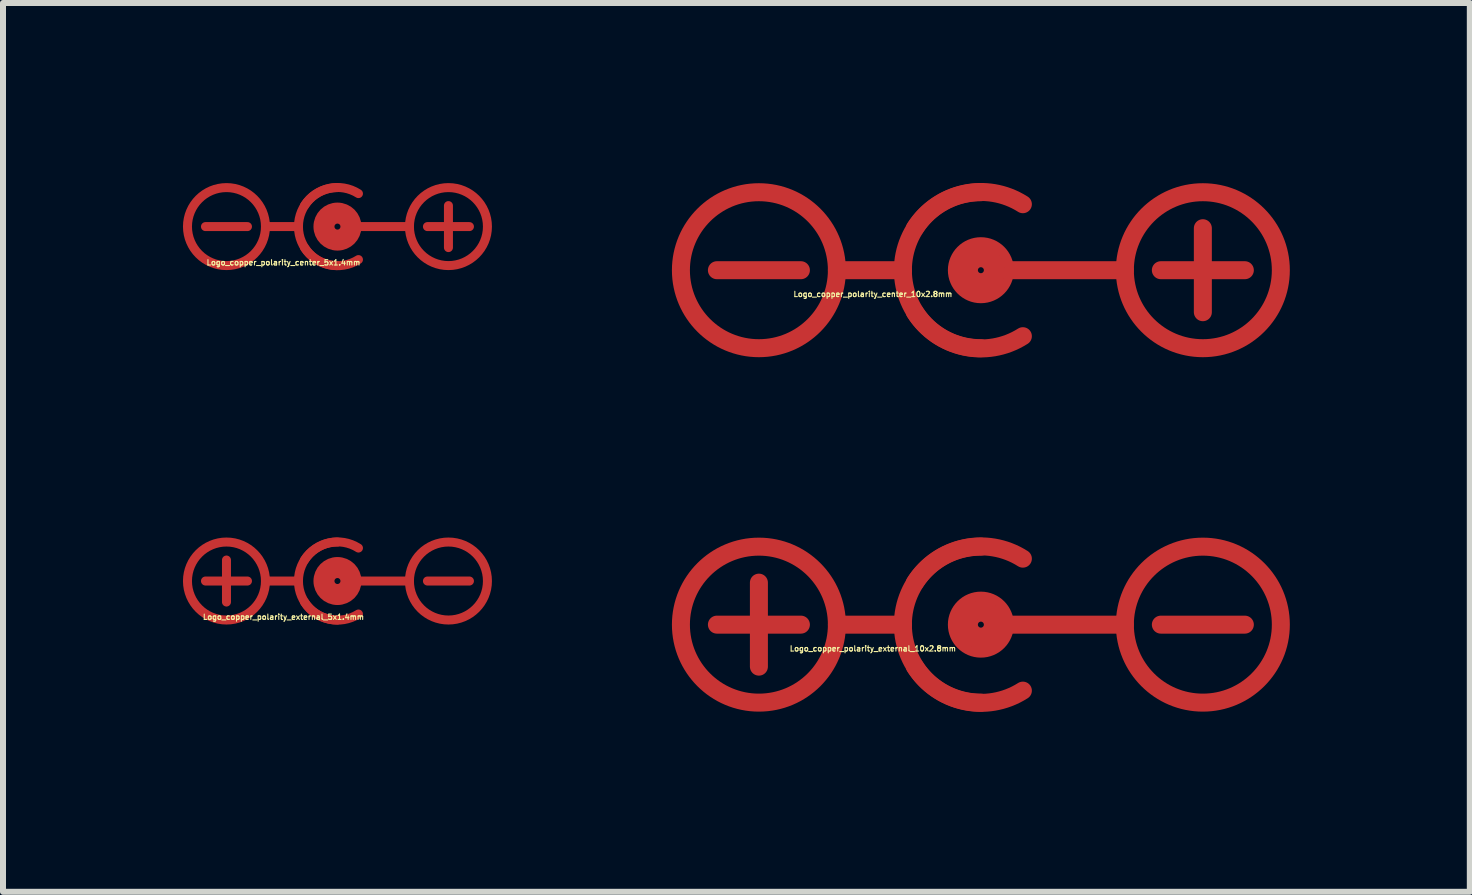
<source format=kicad_pcb>
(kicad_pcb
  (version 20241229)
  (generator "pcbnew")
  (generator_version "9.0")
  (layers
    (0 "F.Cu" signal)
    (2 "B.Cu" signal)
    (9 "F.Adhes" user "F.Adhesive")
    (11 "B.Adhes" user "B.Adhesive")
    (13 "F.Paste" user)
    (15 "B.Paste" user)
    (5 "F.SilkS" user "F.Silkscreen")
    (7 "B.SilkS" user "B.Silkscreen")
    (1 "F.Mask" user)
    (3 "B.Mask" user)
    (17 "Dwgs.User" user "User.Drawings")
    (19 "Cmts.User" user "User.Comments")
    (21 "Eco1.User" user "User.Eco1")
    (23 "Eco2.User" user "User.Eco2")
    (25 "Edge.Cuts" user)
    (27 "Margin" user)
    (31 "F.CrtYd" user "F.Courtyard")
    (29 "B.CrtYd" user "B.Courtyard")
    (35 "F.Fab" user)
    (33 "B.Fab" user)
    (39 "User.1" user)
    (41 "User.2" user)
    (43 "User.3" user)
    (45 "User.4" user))
  (footprint "Logo_copper_polarity_external_5x1.4mm"
    (layer "F.Cu")
    (at 2.575 6.635)
    (property "Reference" "Logo_copper_polarity_external_5x1.4mm" (at -0.9 0.6 0) (layer "F.SilkS") (effects (font (size 0.089 0.089) (thickness 0.018))))
    (attr through_hole)
    (fp_line (start -2.2 0) (end -1.5 0) (stroke (width 0.15) (type solid)) (layer "F.Cu"))
    (fp_line (start -1.85 0.35) (end -1.85 -0.35) (stroke (width 0.15) (type solid)) (layer "F.Cu"))
    (fp_line (start -0.65 0) (end -1.2 0) (stroke (width 0.15) (type solid)) (layer "F.Cu"))
    (fp_line (start 1.2 0) (end 0.3 0) (stroke (width 0.15) (type solid)) (layer "F.Cu"))
    (fp_line (start 1.5 0) (end 2.2 0) (stroke (width 0.15) (type solid)) (layer "F.Cu"))
    (fp_arc (start -0.65 0) (mid -0.459619 -0.459619) (end 0 -0.65) (stroke (width 0.15) (type solid)) (layer "F.Cu"))
    (fp_arc (start -0.55 -0.35) (mid -0.141421 -0.636396) (end 0.35 -0.55) (stroke (width 0.15) (type solid)) (layer "F.Cu"))
    (fp_arc (start 0 0.65) (mid -0.459619 0.459619) (end -0.65 0) (stroke (width 0.15) (type solid)) (layer "F.Cu"))
    (fp_arc (start 0.35 0.55) (mid -0.141421 0.636396) (end -0.55 0.35) (stroke (width 0.15) (type solid)) (layer "F.Cu"))
    (fp_circle (center -1.85 0) (end -1.2 0) (stroke (width 0.15) (type solid)) (fill no) (layer "F.Cu"))
    (fp_circle (center 0 0) (end -0.2 0) (stroke (width 0.3) (type solid)) (fill no) (layer "F.Cu"))
    (fp_circle (center 0 0) (end -0.1 0) (stroke (width 0.3) (type solid)) (fill no) (layer "F.Cu"))
    (fp_circle (center 1.85 0) (end 2.5 0) (stroke (width 0.15) (type solid)) (fill no) (layer "F.Cu")))
  (footprint "Logo_copper_polarity_center_10x2.8mm"
    (layer "F.Cu")
    (at 13.3 1.454)
    (property "Reference" "Logo_copper_polarity_center_10x2.8mm" (at -1.8 0.4 0) (layer "F.SilkS") (effects (font (size 0.089 0.089) (thickness 0.018))))
    (attr through_hole)
    (fp_line (start -4.4 0) (end -3 0) (stroke (width 0.3) (type solid)) (layer "F.Cu"))
    (fp_line (start -1.3 0) (end -2.4 0) (stroke (width 0.3) (type solid)) (layer "F.Cu"))
    (fp_line (start 2.4 0) (end 0.3 0) (stroke (width 0.3) (type solid)) (layer "F.Cu"))
    (fp_line (start 3 0) (end 4.4 0) (stroke (width 0.3) (type solid)) (layer "F.Cu"))
    (fp_line (start 3.7 0.7) (end 3.7 -0.7) (stroke (width 0.3) (type solid)) (layer "F.Cu"))
    (fp_arc (start -1.3 0) (mid -0.919239 -0.919239) (end 0 -1.3) (stroke (width 0.3) (type solid)) (layer "F.Cu"))
    (fp_arc (start -1.1 -0.7) (mid -0.282843 -1.272792) (end 0.7 -1.1) (stroke (width 0.3) (type solid)) (layer "F.Cu"))
    (fp_arc (start 0 1.3) (mid -0.919239 0.919239) (end -1.3 0) (stroke (width 0.3) (type solid)) (layer "F.Cu"))
    (fp_arc (start 0.7 1.1) (mid -0.282843 1.272792) (end -1.1 0.7) (stroke (width 0.3) (type solid)) (layer "F.Cu"))
    (fp_circle (center -3.7 0) (end -2.4 0) (stroke (width 0.3) (type solid)) (fill no) (layer "F.Cu"))
    (fp_circle (center 0 0) (end -0.4 0) (stroke (width 0.3) (type solid)) (fill no) (layer "F.Cu"))
    (fp_circle (center 0 0) (end -0.3 0.1) (stroke (width 0.3) (type solid)) (fill no) (layer "F.Cu"))
    (fp_circle (center 0 0) (end -0.2 0) (stroke (width 0.3) (type solid)) (fill no) (layer "F.Cu"))
    (fp_circle (center 0 0) (end -0.1 0) (stroke (width 0.3) (type solid)) (fill no) (layer "F.Cu"))
    (fp_circle (center 3.7 0) (end 5 0) (stroke (width 0.3) (type solid)) (fill no) (layer "F.Cu")))
  (footprint "Logo_copper_polarity_external_10x2.8mm"
    (layer "F.Cu")
    (at 13.3 7.362)
    (property "Reference" "Logo_copper_polarity_external_10x2.8mm" (at -1.8 0.4 0) (layer "F.SilkS") (effects (font (size 0.089 0.089) (thickness 0.018))))
    (attr through_hole)
    (fp_line (start -4.4 0) (end -3 0) (stroke (width 0.3) (type solid)) (layer "F.Cu"))
    (fp_line (start -3.7 0.7) (end -3.7 -0.7) (stroke (width 0.3) (type solid)) (layer "F.Cu"))
    (fp_line (start -1.3 0) (end -2.4 0) (stroke (width 0.3) (type solid)) (layer "F.Cu"))
    (fp_line (start 2.4 0) (end 0.3 0) (stroke (width 0.3) (type solid)) (layer "F.Cu"))
    (fp_line (start 3 0) (end 4.4 0) (stroke (width 0.3) (type solid)) (layer "F.Cu"))
    (fp_arc (start -1.3 0) (mid -0.919239 -0.919239) (end 0 -1.3) (stroke (width 0.3) (type solid)) (layer "F.Cu"))
    (fp_arc (start -1.1 -0.7) (mid -0.282843 -1.272792) (end 0.7 -1.1) (stroke (width 0.3) (type solid)) (layer "F.Cu"))
    (fp_arc (start 0 1.3) (mid -0.919239 0.919239) (end -1.3 0) (stroke (width 0.3) (type solid)) (layer "F.Cu"))
    (fp_arc (start 0.7 1.1) (mid -0.282843 1.272792) (end -1.1 0.7) (stroke (width 0.3) (type solid)) (layer "F.Cu"))
    (fp_circle (center -3.7 0) (end -2.4 0) (stroke (width 0.3) (type solid)) (fill no) (layer "F.Cu"))
    (fp_circle (center 0 0) (end -0.4 0) (stroke (width 0.3) (type solid)) (fill no) (layer "F.Cu"))
    (fp_circle (center 0 0) (end -0.3 0.1) (stroke (width 0.3) (type solid)) (fill no) (layer "F.Cu"))
    (fp_circle (center 0 0) (end -0.2 0) (stroke (width 0.3) (type solid)) (fill no) (layer "F.Cu"))
    (fp_circle (center 0 0) (end -0.1 0) (stroke (width 0.3) (type solid)) (fill no) (layer "F.Cu"))
    (fp_circle (center 3.7 0) (end 5 0) (stroke (width 0.3) (type solid)) (fill no) (layer "F.Cu")))
  (footprint "Logo_copper_polarity_center_5x1.4mm"
    (layer "F.Cu")
    (at 2.575 0.727)
    (property "Reference" "Logo_copper_polarity_center_5x1.4mm" (at -0.9 0.6 0) (layer "F.SilkS") (effects (font (size 0.089 0.089) (thickness 0.018))))
    (attr through_hole)
    (fp_line (start -2.2 0) (end -1.5 0) (stroke (width 0.15) (type solid)) (layer "F.Cu"))
    (fp_line (start -0.65 0) (end -1.2 0) (stroke (width 0.15) (type solid)) (layer "F.Cu"))
    (fp_line (start 1.2 0) (end 0.3 0) (stroke (width 0.15) (type solid)) (layer "F.Cu"))
    (fp_line (start 1.5 0) (end 2.2 0) (stroke (width 0.15) (type solid)) (layer "F.Cu"))
    (fp_line (start 1.85 0.35) (end 1.85 -0.35) (stroke (width 0.15) (type solid)) (layer "F.Cu"))
    (fp_arc (start -0.65 0) (mid -0.459619 -0.459619) (end 0 -0.65) (stroke (width 0.15) (type solid)) (layer "F.Cu"))
    (fp_arc (start -0.55 -0.35) (mid -0.141421 -0.636396) (end 0.35 -0.55) (stroke (width 0.15) (type solid)) (layer "F.Cu"))
    (fp_arc (start 0 0.65) (mid -0.459619 0.459619) (end -0.65 0) (stroke (width 0.15) (type solid)) (layer "F.Cu"))
    (fp_arc (start 0.35 0.55) (mid -0.141421 0.636396) (end -0.55 0.35) (stroke (width 0.15) (type solid)) (layer "F.Cu"))
    (fp_circle (center -1.85 0) (end -1.2 0) (stroke (width 0.15) (type solid)) (fill no) (layer "F.Cu"))
    (fp_circle (center 0 0) (end -0.2 0) (stroke (width 0.3) (type solid)) (fill no) (layer "F.Cu"))
    (fp_circle (center 0 0) (end -0.1 0) (stroke (width 0.3) (type solid)) (fill no) (layer "F.Cu"))
    (fp_circle (center 1.85 0) (end 2.5 0) (stroke (width 0.15) (type solid)) (fill no) (layer "F.Cu")))
  (gr_rect
    (start -3 -3)
    (end 21.45 11.815)
    (stroke (width 0.1) (type default))
    (fill no)
    (layer "Edge.Cuts")))
</source>
